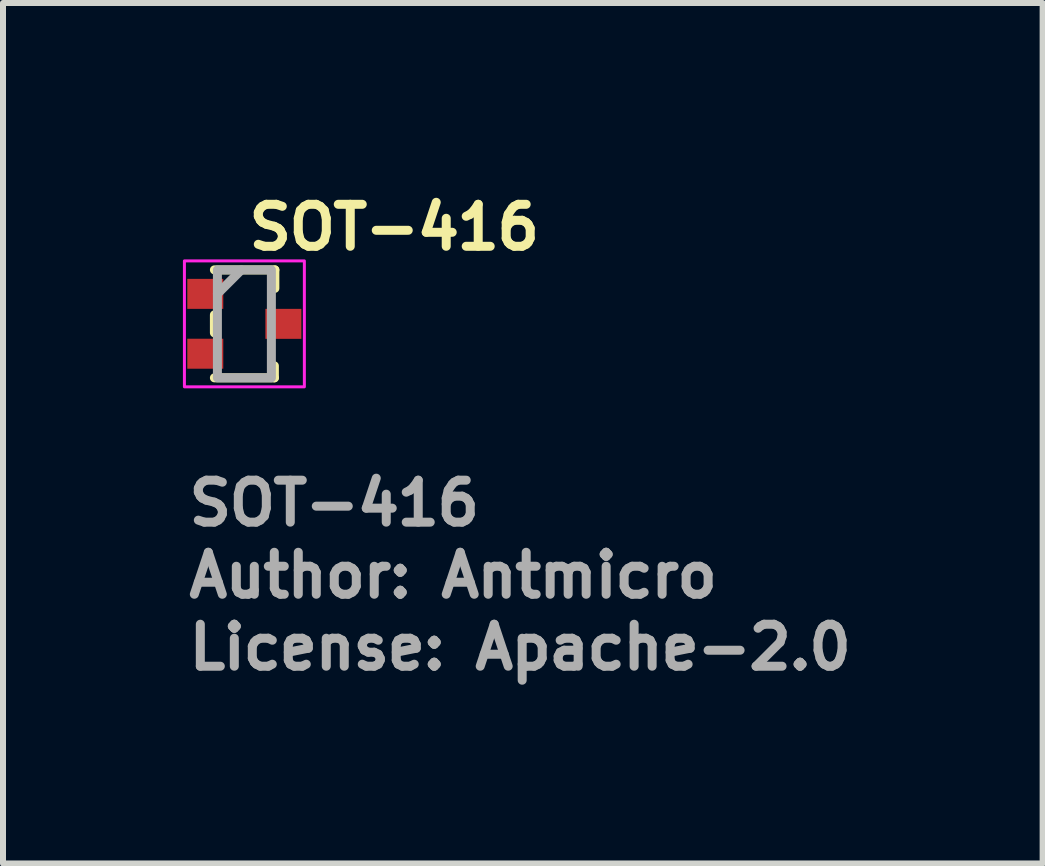
<source format=kicad_pcb>
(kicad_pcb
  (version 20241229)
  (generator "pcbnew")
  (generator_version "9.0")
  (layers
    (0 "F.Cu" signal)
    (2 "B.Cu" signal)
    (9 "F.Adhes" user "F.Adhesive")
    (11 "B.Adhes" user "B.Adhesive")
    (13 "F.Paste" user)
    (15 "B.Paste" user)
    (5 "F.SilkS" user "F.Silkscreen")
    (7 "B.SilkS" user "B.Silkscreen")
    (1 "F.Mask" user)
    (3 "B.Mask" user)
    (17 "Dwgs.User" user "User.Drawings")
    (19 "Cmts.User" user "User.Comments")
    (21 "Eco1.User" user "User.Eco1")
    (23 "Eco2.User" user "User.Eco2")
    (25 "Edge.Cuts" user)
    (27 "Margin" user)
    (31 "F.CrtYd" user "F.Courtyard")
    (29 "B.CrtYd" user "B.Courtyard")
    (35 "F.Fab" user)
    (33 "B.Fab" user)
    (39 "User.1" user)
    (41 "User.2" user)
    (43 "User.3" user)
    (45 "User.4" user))
  (footprint "SOT-416"
    (layer "F.Cu")
    (at 1.025 2.35)
    (property "Reference" "SOT-416" (at 0 -1.2 0) (layer "F.SilkS") (effects (font (size 0.7 0.7) (thickness 0.15)) (justify left bottom)))
    (attr smd)
    (fp_line (start -0.5 -0.15) (end -0.5 0.15) (stroke (width 0.15) (type solid)) (layer "F.SilkS"))
    (fp_line (start 0.5 0.9) (end -0.5 0.9) (stroke (width 0.15) (type solid)) (layer "F.SilkS"))
    (fp_line (start 0.5 0.9) (end 0.5 0.7) (stroke (width 0.15) (type solid)) (layer "F.SilkS"))
    (fp_line (start 0.508 -0.9) (end -0.5 -0.9) (stroke (width 0.15) (type solid)) (layer "F.SilkS"))
    (fp_line (start 0.508 -0.9) (end 0.508 -0.592) (stroke (width 0.15) (type solid)) (layer "F.SilkS"))
    (fp_rect (start -1 -1.05) (end 1 1.05) (stroke (width 0.05) (type solid)) (fill no) (layer "F.CrtYd"))
    (fp_line (start -0.05 -0.9) (end -0.45 -0.5) (stroke (width 0.15) (type solid)) (layer "F.Fab"))
    (fp_rect (start 0.45 0.9) (end -0.45 -0.9) (stroke (width 0.15) (type solid)) (fill no) (layer "F.Fab"))
    (fp_rect (start -0.802 -0.802) (end 0.8 0.8) (stroke (width 0.1) (type solid)) (fill no) (layer "User.5"))
    (fp_line (start -0.8 -0.598) (end -0.8 -0.4) (stroke (width 0.02) (type solid)) (layer "User.9"))
    (fp_line (start -0.8 0.402) (end -0.8 0.6) (stroke (width 0.02) (type solid)) (layer "User.9"))
    (fp_line (start -0.649 -0.598) (end -0.8 -0.598) (stroke (width 0.02) (type solid)) (layer "User.9"))
    (fp_line (start -0.649 -0.4) (end -0.8 -0.4) (stroke (width 0.02) (type solid)) (layer "User.9"))
    (fp_line (start -0.649 0.402) (end -0.8 0.402) (stroke (width 0.02) (type solid)) (layer "User.9"))
    (fp_line (start -0.649 0.6) (end -0.8 0.6) (stroke (width 0.02) (type solid)) (layer "User.9"))
    (fp_line (start -0.598 -0.598) (end -0.649 -0.598) (stroke (width 0.02) (type solid)) (layer "User.9"))
    (fp_line (start -0.598 -0.598) (end -0.598 -0.4) (stroke (width 0.02) (type solid)) (layer "User.9"))
    (fp_line (start -0.598 -0.598) (end -0.598 -0.4) (stroke (width 0.02) (type solid)) (layer "User.9"))
    (fp_line (start -0.598 -0.4) (end -0.649 -0.4) (stroke (width 0.02) (type solid)) (layer "User.9"))
    (fp_line (start -0.598 0.402) (end -0.649 0.402) (stroke (width 0.02) (type solid)) (layer "User.9"))
    (fp_line (start -0.598 0.402) (end -0.598 0.6) (stroke (width 0.02) (type solid)) (layer "User.9"))
    (fp_line (start -0.598 0.402) (end -0.598 0.6) (stroke (width 0.02) (type solid)) (layer "User.9"))
    (fp_line (start -0.598 0.6) (end -0.649 0.6) (stroke (width 0.02) (type solid)) (layer "User.9"))
    (fp_line (start -0.4 -0.8) (end 0.402 -0.8) (stroke (width 0.02) (type solid)) (layer "User.9"))
    (fp_line (start -0.4 -0.598) (end -0.4 -0.8) (stroke (width 0.02) (type solid)) (layer "User.9"))
    (fp_line (start -0.4 0.402) (end -0.4 -0.4) (stroke (width 0.02) (type solid)) (layer "User.9"))
    (fp_line (start -0.4 0.802) (end -0.4 0.6) (stroke (width 0.02) (type solid)) (layer "User.9"))
    (fp_line (start -0.4 0.802) (end 0.402 0.802) (stroke (width 0.02) (type solid)) (layer "User.9"))
    (fp_line (start -0.395 -0.598) (end -0.598 -0.598) (stroke (width 0.02) (type solid)) (layer "User.9"))
    (fp_line (start -0.395 -0.598) (end -0.395 -0.4) (stroke (width 0.02) (type solid)) (layer "User.9"))
    (fp_line (start -0.395 -0.4) (end -0.598 -0.4) (stroke (width 0.02) (type solid)) (layer "User.9"))
    (fp_line (start -0.395 0.402) (end -0.598 0.402) (stroke (width 0.02) (type solid)) (layer "User.9"))
    (fp_line (start -0.395 0.402) (end -0.395 0.6) (stroke (width 0.02) (type solid)) (layer "User.9"))
    (fp_line (start -0.395 0.6) (end -0.598 0.6) (stroke (width 0.02) (type solid)) (layer "User.9"))
    (fp_line (start -0.381 -0.782) (end -0.4 -0.8) (stroke (width 0.02) (type solid)) (layer "User.9"))
    (fp_line (start -0.381 -0.782) (end 0.383 -0.782) (stroke (width 0.02) (type solid)) (layer "User.9"))
    (fp_line (start -0.381 0.784) (end -0.4 0.802) (stroke (width 0.02) (type solid)) (layer "User.9"))
    (fp_line (start -0.381 0.784) (end -0.381 -0.782) (stroke (width 0.02) (type solid)) (layer "User.9"))
    (fp_line (start -0.381 0.784) (end 0.383 0.784) (stroke (width 0.02) (type solid)) (layer "User.9"))
    (fp_line (start 0.383 -0.782) (end 0.402 -0.8) (stroke (width 0.02) (type solid)) (layer "User.9"))
    (fp_line (start 0.383 0.784) (end 0.383 -0.782) (stroke (width 0.02) (type solid)) (layer "User.9"))
    (fp_line (start 0.383 0.784) (end 0.402 0.802) (stroke (width 0.02) (type solid)) (layer "User.9"))
    (fp_line (start 0.397 -0.148) (end 0.397 0.15) (stroke (width 0.02) (type solid)) (layer "User.9"))
    (fp_line (start 0.402 -0.148) (end 0.402 -0.8) (stroke (width 0.02) (type solid)) (layer "User.9"))
    (fp_line (start 0.402 0.802) (end 0.402 0.15) (stroke (width 0.02) (type solid)) (layer "User.9"))
    (fp_line (start 0.6 -0.148) (end 0.397 -0.148) (stroke (width 0.02) (type solid)) (layer "User.9"))
    (fp_line (start 0.6 -0.148) (end 0.6 0.15) (stroke (width 0.02) (type solid)) (layer "User.9"))
    (fp_line (start 0.6 0.15) (end 0.397 0.15) (stroke (width 0.02) (type solid)) (layer "User.9"))
    (fp_line (start 0.652 -0.148) (end 0.6 -0.148) (stroke (width 0.02) (type solid)) (layer "User.9"))
    (fp_line (start 0.652 0.15) (end 0.6 0.15) (stroke (width 0.02) (type solid)) (layer "User.9"))
    (fp_line (start 0.802 -0.148) (end 0.652 -0.148) (stroke (width 0.02) (type solid)) (layer "User.9"))
    (fp_line (start 0.802 -0.148) (end 0.802 0.15) (stroke (width 0.02) (type solid)) (layer "User.9"))
    (fp_line (start 0.802 0.15) (end 0.652 0.15) (stroke (width 0.02) (type solid)) (layer "User.9"))
    (fp_text user "Author: Antmicro" (at -1 4.602 0) (layer "F.Fab") (effects (font (size 0.7 0.7) (thickness 0.15)) (justify left bottom)))
    (fp_text user "${REFERENCE}" (at -1 3.4 0) (layer "F.Fab") (effects (font (size 0.7 0.7) (thickness 0.15)) (justify left bottom)))
    (fp_text user "License: Apache-2.0" (at -1 5.802 0) (layer "F.Fab") (effects (font (size 0.7 0.7) (thickness 0.15)) (justify left bottom)))
    (pad "1" smd rect (at -0.652 -0.5) (size 0.6 0.5) (layers "F.Cu" "F.Mask" "F.Paste"))
    (pad "2" smd rect (at -0.652 0.498) (size 0.6 0.5) (layers "F.Cu" "F.Mask" "F.Paste"))
    (pad "3" smd rect (at 0.65 0) (size 0.6 0.5) (layers "F.Cu" "F.Mask" "F.Paste")))
  (gr_rect
    (start -3 -3)
    (end 14.335 11.348)
    (stroke (width 0.1) (type default))
    (fill no)
    (layer "Edge.Cuts")))
</source>
